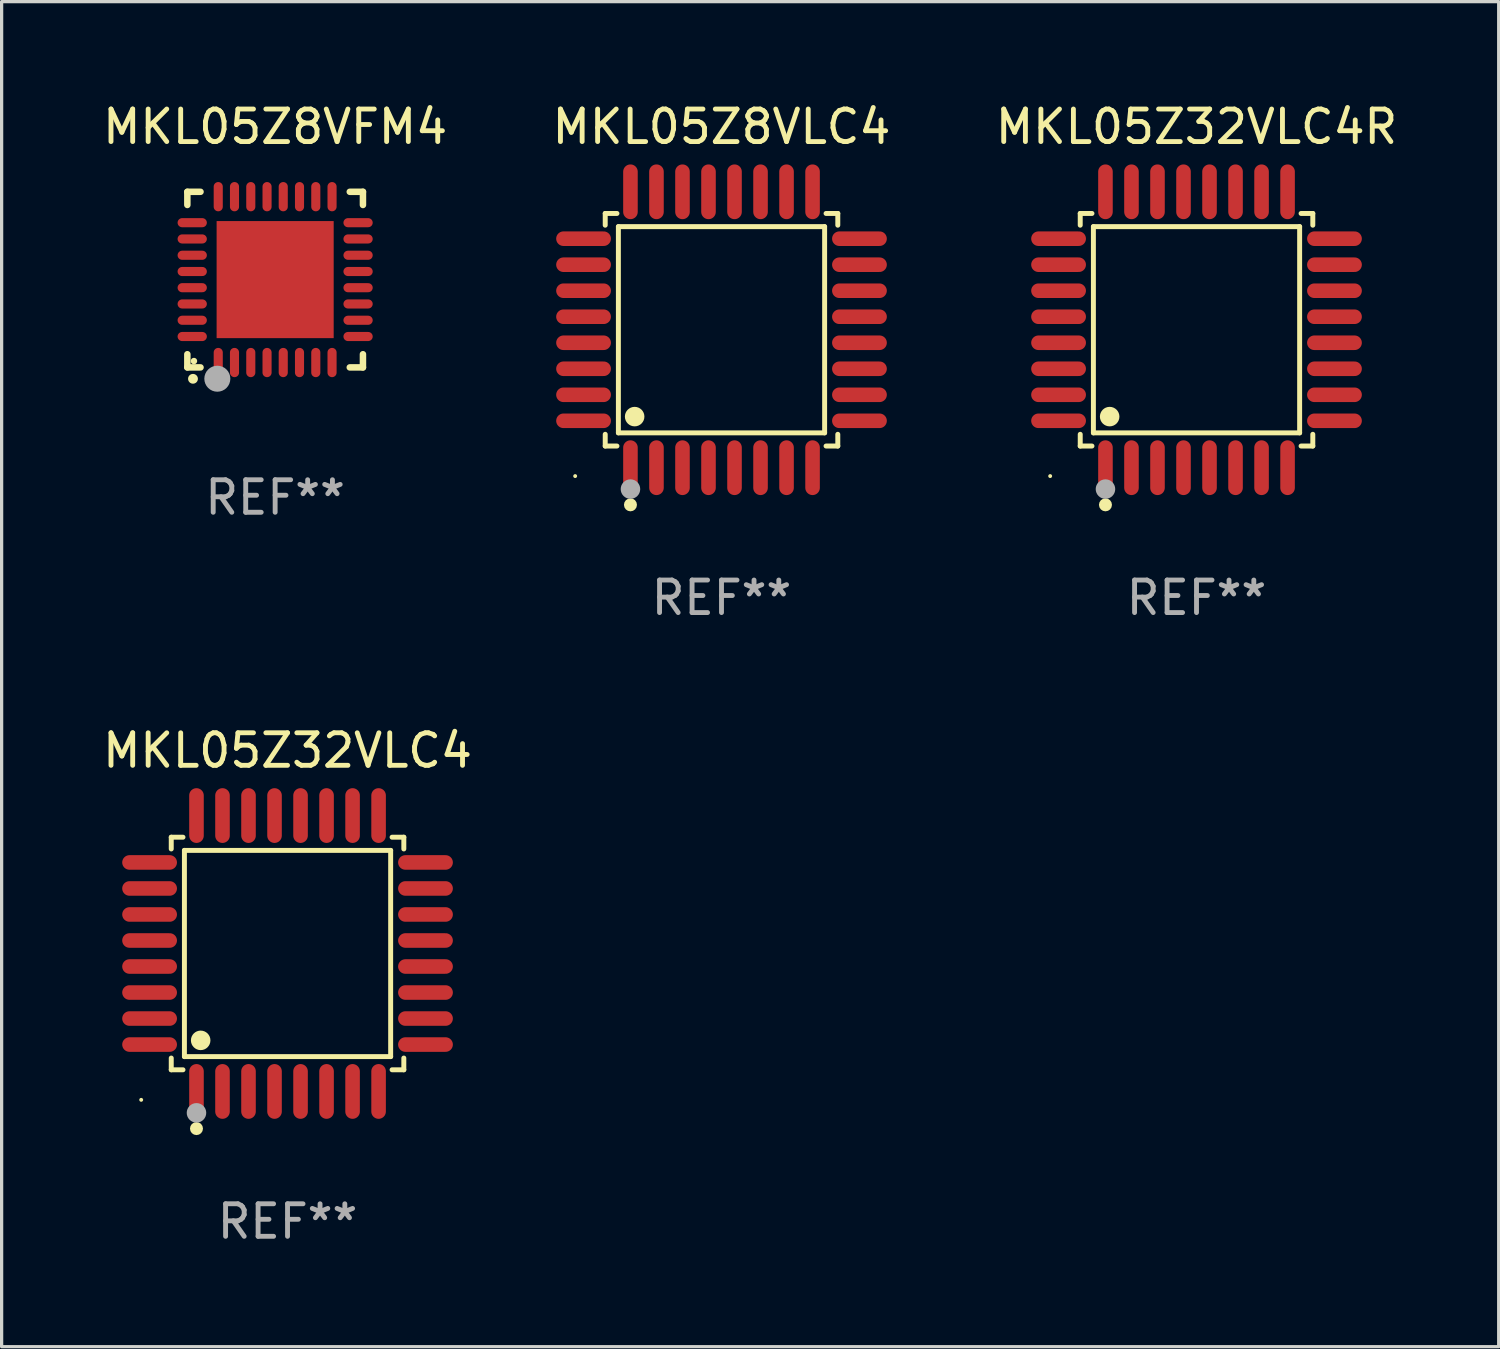
<source format=kicad_pcb>
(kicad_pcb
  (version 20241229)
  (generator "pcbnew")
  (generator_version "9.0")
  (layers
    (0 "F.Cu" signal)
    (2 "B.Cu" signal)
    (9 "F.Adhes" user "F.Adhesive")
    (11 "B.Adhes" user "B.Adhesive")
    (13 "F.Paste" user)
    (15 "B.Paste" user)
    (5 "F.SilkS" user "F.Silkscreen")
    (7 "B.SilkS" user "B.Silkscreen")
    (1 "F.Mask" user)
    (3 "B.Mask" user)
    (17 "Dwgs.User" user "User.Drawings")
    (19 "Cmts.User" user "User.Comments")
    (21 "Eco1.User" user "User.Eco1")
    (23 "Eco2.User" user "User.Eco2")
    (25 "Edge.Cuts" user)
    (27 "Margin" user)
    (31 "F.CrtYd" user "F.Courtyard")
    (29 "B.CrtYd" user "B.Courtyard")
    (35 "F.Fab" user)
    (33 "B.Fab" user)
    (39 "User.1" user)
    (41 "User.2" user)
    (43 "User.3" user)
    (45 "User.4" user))
  (footprint "MKL05Z8VFM4"
    (layer "F.Cu")
    (at 5.411 5.548)
    (property "Reference" "MKL05Z8VFM4" (at 0 -4.7 0) (layer "F.SilkS") (effects (font (size 1 1) (thickness 0.15))))
    (attr through_hole)
    (fp_line (start -2.7 -2.7) (end -2.295 -2.7) (stroke (width 0.2) (type solid)) (layer "F.SilkS"))
    (fp_line (start -2.7 -2.295) (end -2.7 -2.7) (stroke (width 0.2) (type solid)) (layer "F.SilkS"))
    (fp_line (start -2.7 2.7) (end -2.7 2.295) (stroke (width 0.2) (type solid)) (layer "F.SilkS"))
    (fp_line (start -2.295 2.7) (end -2.7 2.7) (stroke (width 0.2) (type solid)) (layer "F.SilkS"))
    (fp_line (start 2.295 2.7) (end 2.7 2.7) (stroke (width 0.2) (type solid)) (layer "F.SilkS"))
    (fp_line (start 2.7 -2.7) (end 2.295 -2.7) (stroke (width 0.2) (type solid)) (layer "F.SilkS"))
    (fp_line (start 2.7 -2.295) (end 2.7 -2.7) (stroke (width 0.2) (type solid)) (layer "F.SilkS"))
    (fp_line (start 2.7 2.7) (end 2.7 2.295) (stroke (width 0.2) (type solid)) (layer "F.SilkS"))
    (fp_arc (start -2.527889 3.050546) (mid -2.526619 3.050541) (end -2.525349 3.050546) (stroke (width 0.3) (type solid)) (layer "F.SilkS"))
    (fp_circle (center -2.497 2.505) (end -2.447 2.505) (stroke (width 0.1) (type solid)) (fill no) (layer "F.SilkS"))
    (fp_circle (center -1.778 3.048) (end -1.578 3.048) (stroke (width 0.4) (type solid)) (fill no) (layer "F.Fab"))
    (fp_text user "REF**" (at 0 6.7 0) (layer "F.Fab") (effects (font (size 1 1) (thickness 0.15))))
    (pad "1" smd oval (at -1.75 2.55) (size 0.28 0.9) (layers "F.Cu" "F.Mask" "F.Paste"))
    (pad "2" smd oval (at -1.25 2.55) (size 0.28 0.9) (layers "F.Cu" "F.Mask" "F.Paste"))
    (pad "3" smd oval (at -0.749 2.55) (size 0.28 0.9) (layers "F.Cu" "F.Mask" "F.Paste"))
    (pad "4" smd oval (at -0.249 2.55) (size 0.28 0.9) (layers "F.Cu" "F.Mask" "F.Paste"))
    (pad "5" smd oval (at 0.249 2.55) (size 0.28 0.9) (layers "F.Cu" "F.Mask" "F.Paste"))
    (pad "6" smd oval (at 0.749 2.55) (size 0.28 0.9) (layers "F.Cu" "F.Mask" "F.Paste"))
    (pad "7" smd oval (at 1.25 2.55) (size 0.28 0.9) (layers "F.Cu" "F.Mask" "F.Paste"))
    (pad "8" smd oval (at 1.75 2.55) (size 0.28 0.9) (layers "F.Cu" "F.Mask" "F.Paste"))
    (pad "9" smd oval (at 2.55 1.75) (size 0.9 0.28) (layers "F.Cu" "F.Mask" "F.Paste"))
    (pad "10" smd oval (at 2.55 1.25) (size 0.9 0.28) (layers "F.Cu" "F.Mask" "F.Paste"))
    (pad "11" smd oval (at 2.55 0.749) (size 0.9 0.28) (layers "F.Cu" "F.Mask" "F.Paste"))
    (pad "12" smd oval (at 2.55 0.249) (size 0.9 0.28) (layers "F.Cu" "F.Mask" "F.Paste"))
    (pad "13" smd oval (at 2.55 -0.249) (size 0.9 0.28) (layers "F.Cu" "F.Mask" "F.Paste"))
    (pad "14" smd oval (at 2.55 -0.749) (size 0.9 0.28) (layers "F.Cu" "F.Mask" "F.Paste"))
    (pad "15" smd oval (at 2.55 -1.25) (size 0.9 0.28) (layers "F.Cu" "F.Mask" "F.Paste"))
    (pad "16" smd oval (at 2.55 -1.75) (size 0.9 0.28) (layers "F.Cu" "F.Mask" "F.Paste"))
    (pad "17" smd oval (at 1.75 -2.55) (size 0.28 0.9) (layers "F.Cu" "F.Mask" "F.Paste"))
    (pad "18" smd oval (at 1.25 -2.55) (size 0.28 0.9) (layers "F.Cu" "F.Mask" "F.Paste"))
    (pad "19" smd oval (at 0.749 -2.55) (size 0.28 0.9) (layers "F.Cu" "F.Mask" "F.Paste"))
    (pad "20" smd oval (at 0.249 -2.55) (size 0.28 0.9) (layers "F.Cu" "F.Mask" "F.Paste"))
    (pad "21" smd oval (at -0.249 -2.55) (size 0.28 0.9) (layers "F.Cu" "F.Mask" "F.Paste"))
    (pad "22" smd oval (at -0.749 -2.55) (size 0.28 0.9) (layers "F.Cu" "F.Mask" "F.Paste"))
    (pad "23" smd oval (at -1.25 -2.55) (size 0.28 0.9) (layers "F.Cu" "F.Mask" "F.Paste"))
    (pad "24" smd oval (at -1.75 -2.55) (size 0.28 0.9) (layers "F.Cu" "F.Mask" "F.Paste"))
    (pad "25" smd oval (at -2.55 -1.75) (size 0.9 0.28) (layers "F.Cu" "F.Mask" "F.Paste"))
    (pad "26" smd oval (at -2.55 -1.25) (size 0.9 0.28) (layers "F.Cu" "F.Mask" "F.Paste"))
    (pad "27" smd oval (at -2.55 -0.749) (size 0.9 0.28) (layers "F.Cu" "F.Mask" "F.Paste"))
    (pad "28" smd oval (at -2.55 -0.249) (size 0.9 0.28) (layers "F.Cu" "F.Mask" "F.Paste"))
    (pad "29" smd oval (at -2.55 0.249) (size 0.9 0.28) (layers "F.Cu" "F.Mask" "F.Paste"))
    (pad "30" smd oval (at -2.55 0.749) (size 0.9 0.28) (layers "F.Cu" "F.Mask" "F.Paste"))
    (pad "31" smd oval (at -2.55 1.25) (size 0.9 0.28) (layers "F.Cu" "F.Mask" "F.Paste"))
    (pad "32" smd oval (at -2.55 1.75) (size 0.9 0.28) (layers "F.Cu" "F.Mask" "F.Paste"))
    (pad "33" smd rect (at 0.000076 0.000076) (size 3.6 3.6) (layers "F.Cu" "F.Mask" "F.Paste")))
  (footprint "MKL05Z8VLC4"
    (layer "F.Cu")
    (at 19.137 7.09)
    (property "Reference" "MKL05Z8VLC4" (at 0 -6.242 0) (layer "F.SilkS") (effects (font (size 1 1) (thickness 0.15))))
    (attr through_hole)
    (fp_line (start -3.576 -3.576) (end -3.215 -3.576) (stroke (width 0.152) (type solid)) (layer "F.SilkS"))
    (fp_line (start -3.576 -3.215) (end -3.576 -3.576) (stroke (width 0.152) (type solid)) (layer "F.SilkS"))
    (fp_line (start -3.576 3.215) (end -3.576 3.576) (stroke (width 0.152) (type solid)) (layer "F.SilkS"))
    (fp_line (start -3.576 3.576) (end -3.215 3.576) (stroke (width 0.152) (type solid)) (layer "F.SilkS"))
    (fp_line (start -3.171 -3.171) (end 3.171 -3.171) (stroke (width 0.152) (type solid)) (layer "F.SilkS"))
    (fp_line (start -3.171 3.171) (end -3.171 -3.171) (stroke (width 0.152) (type solid)) (layer "F.SilkS"))
    (fp_line (start 3.171 -3.171) (end 3.171 3.171) (stroke (width 0.152) (type solid)) (layer "F.SilkS"))
    (fp_line (start 3.171 3.171) (end -3.171 3.171) (stroke (width 0.152) (type solid)) (layer "F.SilkS"))
    (fp_line (start 3.576 -3.576) (end 3.215 -3.576) (stroke (width 0.152) (type solid)) (layer "F.SilkS"))
    (fp_line (start 3.576 -3.215) (end 3.576 -3.576) (stroke (width 0.152) (type solid)) (layer "F.SilkS"))
    (fp_line (start 3.576 3.215) (end 3.576 3.576) (stroke (width 0.152) (type solid)) (layer "F.SilkS"))
    (fp_line (start 3.576 3.576) (end 3.215 3.576) (stroke (width 0.152) (type solid)) (layer "F.SilkS"))
    (fp_circle (center -4.5 4.5) (end -4.47 4.5) (stroke (width 0.06) (type solid)) (fill no) (layer "F.SilkS"))
    (fp_circle (center -2.8 5.384) (end -2.7 5.384) (stroke (width 0.2) (type solid)) (fill no) (layer "F.SilkS"))
    (fp_circle (center -2.671 2.671) (end -2.521 2.671) (stroke (width 0.3) (type solid)) (fill no) (layer "F.SilkS"))
    (fp_circle (center -2.8 4.9) (end -2.65 4.9) (stroke (width 0.3) (type solid)) (fill no) (layer "F.Fab"))
    (fp_text user "REF**" (at 0 8.242 0) (layer "F.Fab") (effects (font (size 1 1) (thickness 0.15))))
    (pad "1" smd oval (at -2.8 4.242) (size 0.448 1.684) (layers "F.Cu" "F.Mask" "F.Paste"))
    (pad "2" smd oval (at -2 4.242) (size 0.448 1.684) (layers "F.Cu" "F.Mask" "F.Paste"))
    (pad "3" smd oval (at -1.2 4.242) (size 0.448 1.684) (layers "F.Cu" "F.Mask" "F.Paste"))
    (pad "4" smd oval (at -0.4 4.242) (size 0.448 1.684) (layers "F.Cu" "F.Mask" "F.Paste"))
    (pad "5" smd oval (at 0.4 4.242) (size 0.448 1.684) (layers "F.Cu" "F.Mask" "F.Paste"))
    (pad "6" smd oval (at 1.2 4.242) (size 0.448 1.684) (layers "F.Cu" "F.Mask" "F.Paste"))
    (pad "7" smd oval (at 2 4.242) (size 0.448 1.684) (layers "F.Cu" "F.Mask" "F.Paste"))
    (pad "8" smd oval (at 2.8 4.242) (size 0.448 1.684) (layers "F.Cu" "F.Mask" "F.Paste"))
    (pad "9" smd oval (at 4.242 2.8) (size 1.684 0.448) (layers "F.Cu" "F.Mask" "F.Paste"))
    (pad "10" smd oval (at 4.242 2) (size 1.684 0.448) (layers "F.Cu" "F.Mask" "F.Paste"))
    (pad "11" smd oval (at 4.242 1.2) (size 1.684 0.448) (layers "F.Cu" "F.Mask" "F.Paste"))
    (pad "12" smd oval (at 4.242 0.4) (size 1.684 0.448) (layers "F.Cu" "F.Mask" "F.Paste"))
    (pad "13" smd oval (at 4.242 -0.4) (size 1.684 0.448) (layers "F.Cu" "F.Mask" "F.Paste"))
    (pad "14" smd oval (at 4.242 -1.2) (size 1.684 0.448) (layers "F.Cu" "F.Mask" "F.Paste"))
    (pad "15" smd oval (at 4.242 -2) (size 1.684 0.448) (layers "F.Cu" "F.Mask" "F.Paste"))
    (pad "16" smd oval (at 4.242 -2.8) (size 1.684 0.448) (layers "F.Cu" "F.Mask" "F.Paste"))
    (pad "17" smd oval (at 2.8 -4.242) (size 0.448 1.684) (layers "F.Cu" "F.Mask" "F.Paste"))
    (pad "18" smd oval (at 2 -4.242) (size 0.448 1.684) (layers "F.Cu" "F.Mask" "F.Paste"))
    (pad "19" smd oval (at 1.2 -4.242) (size 0.448 1.684) (layers "F.Cu" "F.Mask" "F.Paste"))
    (pad "20" smd oval (at 0.4 -4.242) (size 0.448 1.684) (layers "F.Cu" "F.Mask" "F.Paste"))
    (pad "21" smd oval (at -0.4 -4.242) (size 0.448 1.684) (layers "F.Cu" "F.Mask" "F.Paste"))
    (pad "22" smd oval (at -1.2 -4.242) (size 0.448 1.684) (layers "F.Cu" "F.Mask" "F.Paste"))
    (pad "23" smd oval (at -2 -4.242) (size 0.448 1.684) (layers "F.Cu" "F.Mask" "F.Paste"))
    (pad "24" smd oval (at -2.8 -4.242) (size 0.448 1.684) (layers "F.Cu" "F.Mask" "F.Paste"))
    (pad "25" smd oval (at -4.242 -2.8) (size 1.684 0.448) (layers "F.Cu" "F.Mask" "F.Paste"))
    (pad "26" smd oval (at -4.242 -2) (size 1.684 0.448) (layers "F.Cu" "F.Mask" "F.Paste"))
    (pad "27" smd oval (at -4.242 -1.2) (size 1.684 0.448) (layers "F.Cu" "F.Mask" "F.Paste"))
    (pad "28" smd oval (at -4.242 -0.4) (size 1.684 0.448) (layers "F.Cu" "F.Mask" "F.Paste"))
    (pad "29" smd oval (at -4.242 0.4) (size 1.684 0.448) (layers "F.Cu" "F.Mask" "F.Paste"))
    (pad "30" smd oval (at -4.242 1.2) (size 1.684 0.448) (layers "F.Cu" "F.Mask" "F.Paste"))
    (pad "31" smd oval (at -4.242 2) (size 1.684 0.448) (layers "F.Cu" "F.Mask" "F.Paste"))
    (pad "32" smd oval (at -4.242 2.8) (size 1.684 0.448) (layers "F.Cu" "F.Mask" "F.Paste")))
  (footprint "MKL05Z32VLC4"
    (layer "F.Cu")
    (at 5.792 26.271)
    (property "Reference" "MKL05Z32VLC4" (at 0 -6.242 0) (layer "F.SilkS") (effects (font (size 1 1) (thickness 0.15))))
    (attr through_hole)
    (fp_line (start -3.576 -3.576) (end -3.215 -3.576) (stroke (width 0.152) (type solid)) (layer "F.SilkS"))
    (fp_line (start -3.576 -3.215) (end -3.576 -3.576) (stroke (width 0.152) (type solid)) (layer "F.SilkS"))
    (fp_line (start -3.576 3.215) (end -3.576 3.576) (stroke (width 0.152) (type solid)) (layer "F.SilkS"))
    (fp_line (start -3.576 3.576) (end -3.215 3.576) (stroke (width 0.152) (type solid)) (layer "F.SilkS"))
    (fp_line (start -3.171 -3.171) (end 3.171 -3.171) (stroke (width 0.152) (type solid)) (layer "F.SilkS"))
    (fp_line (start -3.171 3.171) (end -3.171 -3.171) (stroke (width 0.152) (type solid)) (layer "F.SilkS"))
    (fp_line (start 3.171 -3.171) (end 3.171 3.171) (stroke (width 0.152) (type solid)) (layer "F.SilkS"))
    (fp_line (start 3.171 3.171) (end -3.171 3.171) (stroke (width 0.152) (type solid)) (layer "F.SilkS"))
    (fp_line (start 3.576 -3.576) (end 3.215 -3.576) (stroke (width 0.152) (type solid)) (layer "F.SilkS"))
    (fp_line (start 3.576 -3.215) (end 3.576 -3.576) (stroke (width 0.152) (type solid)) (layer "F.SilkS"))
    (fp_line (start 3.576 3.215) (end 3.576 3.576) (stroke (width 0.152) (type solid)) (layer "F.SilkS"))
    (fp_line (start 3.576 3.576) (end 3.215 3.576) (stroke (width 0.152) (type solid)) (layer "F.SilkS"))
    (fp_circle (center -4.5 4.5) (end -4.47 4.5) (stroke (width 0.06) (type solid)) (fill no) (layer "F.SilkS"))
    (fp_circle (center -2.8 5.384) (end -2.7 5.384) (stroke (width 0.2) (type solid)) (fill no) (layer "F.SilkS"))
    (fp_circle (center -2.671 2.671) (end -2.521 2.671) (stroke (width 0.3) (type solid)) (fill no) (layer "F.SilkS"))
    (fp_circle (center -2.8 4.9) (end -2.65 4.9) (stroke (width 0.3) (type solid)) (fill no) (layer "F.Fab"))
    (fp_text user "REF**" (at 0 8.242 0) (layer "F.Fab") (effects (font (size 1 1) (thickness 0.15))))
    (pad "1" smd oval (at -2.8 4.242) (size 0.448 1.684) (layers "F.Cu" "F.Mask" "F.Paste"))
    (pad "2" smd oval (at -2 4.242) (size 0.448 1.684) (layers "F.Cu" "F.Mask" "F.Paste"))
    (pad "3" smd oval (at -1.2 4.242) (size 0.448 1.684) (layers "F.Cu" "F.Mask" "F.Paste"))
    (pad "4" smd oval (at -0.4 4.242) (size 0.448 1.684) (layers "F.Cu" "F.Mask" "F.Paste"))
    (pad "5" smd oval (at 0.4 4.242) (size 0.448 1.684) (layers "F.Cu" "F.Mask" "F.Paste"))
    (pad "6" smd oval (at 1.2 4.242) (size 0.448 1.684) (layers "F.Cu" "F.Mask" "F.Paste"))
    (pad "7" smd oval (at 2 4.242) (size 0.448 1.684) (layers "F.Cu" "F.Mask" "F.Paste"))
    (pad "8" smd oval (at 2.8 4.242) (size 0.448 1.684) (layers "F.Cu" "F.Mask" "F.Paste"))
    (pad "9" smd oval (at 4.242 2.8) (size 1.684 0.448) (layers "F.Cu" "F.Mask" "F.Paste"))
    (pad "10" smd oval (at 4.242 2) (size 1.684 0.448) (layers "F.Cu" "F.Mask" "F.Paste"))
    (pad "11" smd oval (at 4.242 1.2) (size 1.684 0.448) (layers "F.Cu" "F.Mask" "F.Paste"))
    (pad "12" smd oval (at 4.242 0.4) (size 1.684 0.448) (layers "F.Cu" "F.Mask" "F.Paste"))
    (pad "13" smd oval (at 4.242 -0.4) (size 1.684 0.448) (layers "F.Cu" "F.Mask" "F.Paste"))
    (pad "14" smd oval (at 4.242 -1.2) (size 1.684 0.448) (layers "F.Cu" "F.Mask" "F.Paste"))
    (pad "15" smd oval (at 4.242 -2) (size 1.684 0.448) (layers "F.Cu" "F.Mask" "F.Paste"))
    (pad "16" smd oval (at 4.242 -2.8) (size 1.684 0.448) (layers "F.Cu" "F.Mask" "F.Paste"))
    (pad "17" smd oval (at 2.8 -4.242) (size 0.448 1.684) (layers "F.Cu" "F.Mask" "F.Paste"))
    (pad "18" smd oval (at 2 -4.242) (size 0.448 1.684) (layers "F.Cu" "F.Mask" "F.Paste"))
    (pad "19" smd oval (at 1.2 -4.242) (size 0.448 1.684) (layers "F.Cu" "F.Mask" "F.Paste"))
    (pad "20" smd oval (at 0.4 -4.242) (size 0.448 1.684) (layers "F.Cu" "F.Mask" "F.Paste"))
    (pad "21" smd oval (at -0.4 -4.242) (size 0.448 1.684) (layers "F.Cu" "F.Mask" "F.Paste"))
    (pad "22" smd oval (at -1.2 -4.242) (size 0.448 1.684) (layers "F.Cu" "F.Mask" "F.Paste"))
    (pad "23" smd oval (at -2 -4.242) (size 0.448 1.684) (layers "F.Cu" "F.Mask" "F.Paste"))
    (pad "24" smd oval (at -2.8 -4.242) (size 0.448 1.684) (layers "F.Cu" "F.Mask" "F.Paste"))
    (pad "25" smd oval (at -4.242 -2.8) (size 1.684 0.448) (layers "F.Cu" "F.Mask" "F.Paste"))
    (pad "26" smd oval (at -4.242 -2) (size 1.684 0.448) (layers "F.Cu" "F.Mask" "F.Paste"))
    (pad "27" smd oval (at -4.242 -1.2) (size 1.684 0.448) (layers "F.Cu" "F.Mask" "F.Paste"))
    (pad "28" smd oval (at -4.242 -0.4) (size 1.684 0.448) (layers "F.Cu" "F.Mask" "F.Paste"))
    (pad "29" smd oval (at -4.242 0.4) (size 1.684 0.448) (layers "F.Cu" "F.Mask" "F.Paste"))
    (pad "30" smd oval (at -4.242 1.2) (size 1.684 0.448) (layers "F.Cu" "F.Mask" "F.Paste"))
    (pad "31" smd oval (at -4.242 2) (size 1.684 0.448) (layers "F.Cu" "F.Mask" "F.Paste"))
    (pad "32" smd oval (at -4.242 2.8) (size 1.684 0.448) (layers "F.Cu" "F.Mask" "F.Paste")))
  (footprint "MKL05Z32VLC4R"
    (layer "F.Cu")
    (at 33.744 7.09)
    (property "Reference" "MKL05Z32VLC4R" (at 0 -6.242 0) (layer "F.SilkS") (effects (font (size 1 1) (thickness 0.15))))
    (attr through_hole)
    (fp_line (start -3.576 -3.576) (end -3.215 -3.576) (stroke (width 0.152) (type solid)) (layer "F.SilkS"))
    (fp_line (start -3.576 -3.215) (end -3.576 -3.576) (stroke (width 0.152) (type solid)) (layer "F.SilkS"))
    (fp_line (start -3.576 3.215) (end -3.576 3.576) (stroke (width 0.152) (type solid)) (layer "F.SilkS"))
    (fp_line (start -3.576 3.576) (end -3.215 3.576) (stroke (width 0.152) (type solid)) (layer "F.SilkS"))
    (fp_line (start -3.171 -3.171) (end 3.171 -3.171) (stroke (width 0.152) (type solid)) (layer "F.SilkS"))
    (fp_line (start -3.171 3.171) (end -3.171 -3.171) (stroke (width 0.152) (type solid)) (layer "F.SilkS"))
    (fp_line (start 3.171 -3.171) (end 3.171 3.171) (stroke (width 0.152) (type solid)) (layer "F.SilkS"))
    (fp_line (start 3.171 3.171) (end -3.171 3.171) (stroke (width 0.152) (type solid)) (layer "F.SilkS"))
    (fp_line (start 3.576 -3.576) (end 3.215 -3.576) (stroke (width 0.152) (type solid)) (layer "F.SilkS"))
    (fp_line (start 3.576 -3.215) (end 3.576 -3.576) (stroke (width 0.152) (type solid)) (layer "F.SilkS"))
    (fp_line (start 3.576 3.215) (end 3.576 3.576) (stroke (width 0.152) (type solid)) (layer "F.SilkS"))
    (fp_line (start 3.576 3.576) (end 3.215 3.576) (stroke (width 0.152) (type solid)) (layer "F.SilkS"))
    (fp_circle (center -4.5 4.5) (end -4.47 4.5) (stroke (width 0.06) (type solid)) (fill no) (layer "F.SilkS"))
    (fp_circle (center -2.8 5.384) (end -2.7 5.384) (stroke (width 0.2) (type solid)) (fill no) (layer "F.SilkS"))
    (fp_circle (center -2.671 2.671) (end -2.521 2.671) (stroke (width 0.3) (type solid)) (fill no) (layer "F.SilkS"))
    (fp_circle (center -2.8 4.9) (end -2.65 4.9) (stroke (width 0.3) (type solid)) (fill no) (layer "F.Fab"))
    (fp_text user "REF**" (at 0 8.242 0) (layer "F.Fab") (effects (font (size 1 1) (thickness 0.15))))
    (pad "1" smd oval (at -2.8 4.242) (size 0.448 1.684) (layers "F.Cu" "F.Mask" "F.Paste"))
    (pad "2" smd oval (at -2 4.242) (size 0.448 1.684) (layers "F.Cu" "F.Mask" "F.Paste"))
    (pad "3" smd oval (at -1.2 4.242) (size 0.448 1.684) (layers "F.Cu" "F.Mask" "F.Paste"))
    (pad "4" smd oval (at -0.4 4.242) (size 0.448 1.684) (layers "F.Cu" "F.Mask" "F.Paste"))
    (pad "5" smd oval (at 0.4 4.242) (size 0.448 1.684) (layers "F.Cu" "F.Mask" "F.Paste"))
    (pad "6" smd oval (at 1.2 4.242) (size 0.448 1.684) (layers "F.Cu" "F.Mask" "F.Paste"))
    (pad "7" smd oval (at 2 4.242) (size 0.448 1.684) (layers "F.Cu" "F.Mask" "F.Paste"))
    (pad "8" smd oval (at 2.8 4.242) (size 0.448 1.684) (layers "F.Cu" "F.Mask" "F.Paste"))
    (pad "9" smd oval (at 4.242 2.8) (size 1.684 0.448) (layers "F.Cu" "F.Mask" "F.Paste"))
    (pad "10" smd oval (at 4.242 2) (size 1.684 0.448) (layers "F.Cu" "F.Mask" "F.Paste"))
    (pad "11" smd oval (at 4.242 1.2) (size 1.684 0.448) (layers "F.Cu" "F.Mask" "F.Paste"))
    (pad "12" smd oval (at 4.242 0.4) (size 1.684 0.448) (layers "F.Cu" "F.Mask" "F.Paste"))
    (pad "13" smd oval (at 4.242 -0.4) (size 1.684 0.448) (layers "F.Cu" "F.Mask" "F.Paste"))
    (pad "14" smd oval (at 4.242 -1.2) (size 1.684 0.448) (layers "F.Cu" "F.Mask" "F.Paste"))
    (pad "15" smd oval (at 4.242 -2) (size 1.684 0.448) (layers "F.Cu" "F.Mask" "F.Paste"))
    (pad "16" smd oval (at 4.242 -2.8) (size 1.684 0.448) (layers "F.Cu" "F.Mask" "F.Paste"))
    (pad "17" smd oval (at 2.8 -4.242) (size 0.448 1.684) (layers "F.Cu" "F.Mask" "F.Paste"))
    (pad "18" smd oval (at 2 -4.242) (size 0.448 1.684) (layers "F.Cu" "F.Mask" "F.Paste"))
    (pad "19" smd oval (at 1.2 -4.242) (size 0.448 1.684) (layers "F.Cu" "F.Mask" "F.Paste"))
    (pad "20" smd oval (at 0.4 -4.242) (size 0.448 1.684) (layers "F.Cu" "F.Mask" "F.Paste"))
    (pad "21" smd oval (at -0.4 -4.242) (size 0.448 1.684) (layers "F.Cu" "F.Mask" "F.Paste"))
    (pad "22" smd oval (at -1.2 -4.242) (size 0.448 1.684) (layers "F.Cu" "F.Mask" "F.Paste"))
    (pad "23" smd oval (at -2 -4.242) (size 0.448 1.684) (layers "F.Cu" "F.Mask" "F.Paste"))
    (pad "24" smd oval (at -2.8 -4.242) (size 0.448 1.684) (layers "F.Cu" "F.Mask" "F.Paste"))
    (pad "25" smd oval (at -4.242 -2.8) (size 1.684 0.448) (layers "F.Cu" "F.Mask" "F.Paste"))
    (pad "26" smd oval (at -4.242 -2) (size 1.684 0.448) (layers "F.Cu" "F.Mask" "F.Paste"))
    (pad "27" smd oval (at -4.242 -1.2) (size 1.684 0.448) (layers "F.Cu" "F.Mask" "F.Paste"))
    (pad "28" smd oval (at -4.242 -0.4) (size 1.684 0.448) (layers "F.Cu" "F.Mask" "F.Paste"))
    (pad "29" smd oval (at -4.242 0.4) (size 1.684 0.448) (layers "F.Cu" "F.Mask" "F.Paste"))
    (pad "30" smd oval (at -4.242 1.2) (size 1.684 0.448) (layers "F.Cu" "F.Mask" "F.Paste"))
    (pad "31" smd oval (at -4.242 2) (size 1.684 0.448) (layers "F.Cu" "F.Mask" "F.Paste"))
    (pad "32" smd oval (at -4.242 2.8) (size 1.684 0.448) (layers "F.Cu" "F.Mask" "F.Paste")))
  (gr_rect
    (start -3 -3)
    (end 43.036 38.361)
    (stroke (width 0.1) (type default))
    (fill no)
    (layer "Edge.Cuts")))
</source>
